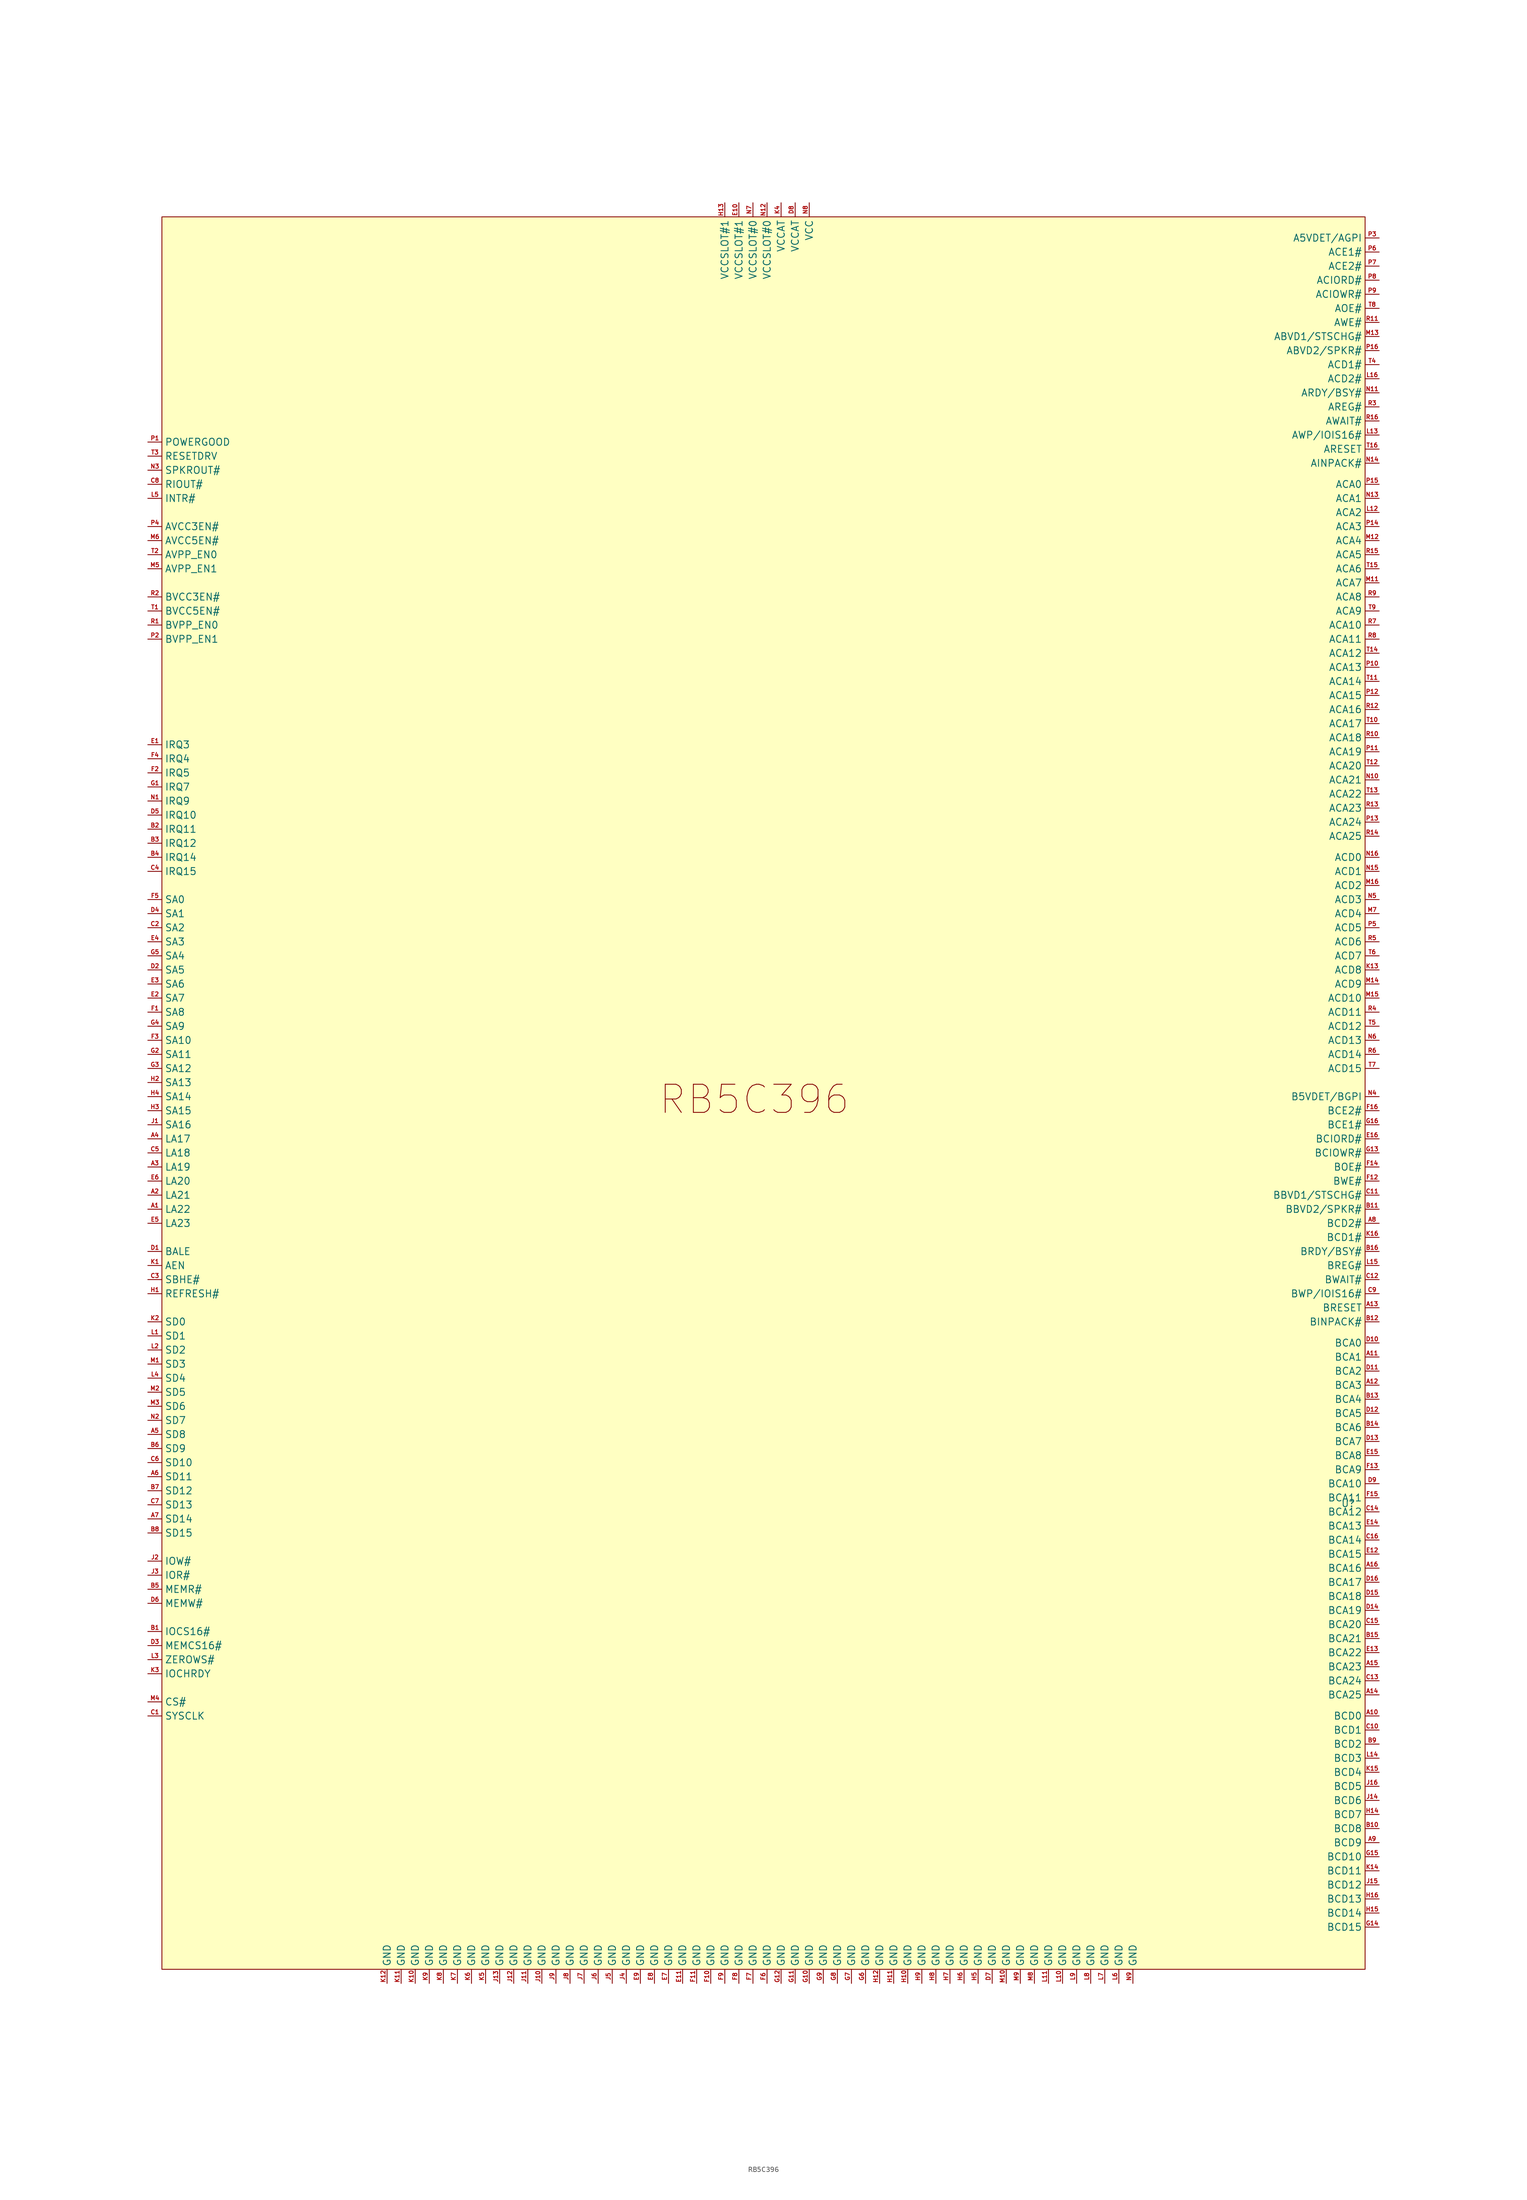
<source format=kicad_sym>
(kicad_symbol_lib
  (version 20241209)
  (generator "kicad_symbol_editor")
  (generator_version "9.0")
  (symbol "RB5C396"
    (property "Reference" "U"
      (at 106.172 -72.136 0)
      (effects (font (size 1.27 1.27))))
    (property "Value" ""
      (at 0 0 0)
      (effects (font (size 1.27 1.27))))
    (symbol "RB5C396_1_1"
      (rectangle (start -107.95 160.02) (end 109.22 -156.21) (stroke (width 0) (type solid)) (fill (type color) (color 255 255 194 1)))
      (text "RB5C396" (at -1.016 0.762 0) (effects (font (size 5.08 5.08))))
      (pin input line (at -110.49 119.38 0) (length 2.54) (name "POWERGOOD" (effects (font (size 1.27 1.27)))) (number "P1" (effects (font (size 0.762 0.762)))))
      (pin input line (at -110.49 116.84 0) (length 2.54) (name "RESETDRV" (effects (font (size 1.27 1.27)))) (number "T3" (effects (font (size 0.762 0.762)))))
      (pin output line (at -110.49 114.3 0) (length 2.54) (name "SPKROUT#" (effects (font (size 1.27 1.27)))) (number "N3" (effects (font (size 0.762 0.762)))))
      (pin output line (at -110.49 111.76 0) (length 2.54) (name "RIOUT#" (effects (font (size 1.27 1.27)))) (number "C8" (effects (font (size 0.762 0.762)))))
      (pin output line (at -110.49 109.22 0) (length 2.54) (name "INTR#" (effects (font (size 1.27 1.27)))) (number "L5" (effects (font (size 0.762 0.762)))))
      (pin output line (at -110.49 104.14 0) (length 2.54) (name "AVCC3EN#" (effects (font (size 1.27 1.27)))) (number "P4" (effects (font (size 0.762 0.762)))))
      (pin output line (at -110.49 101.6 0) (length 2.54) (name "AVCC5EN#" (effects (font (size 1.27 1.27)))) (number "M6" (effects (font (size 0.762 0.762)))))
      (pin output line (at -110.49 99.06 0) (length 2.54) (name "AVPP_EN0" (effects (font (size 1.27 1.27)))) (number "T2" (effects (font (size 0.762 0.762)))))
      (pin output line (at -110.49 96.52 0) (length 2.54) (name "AVPP_EN1" (effects (font (size 1.27 1.27)))) (number "M5" (effects (font (size 0.762 0.762)))))
      (pin output line (at -110.49 91.44 0) (length 2.54) (name "BVCC3EN#" (effects (font (size 1.27 1.27)))) (number "R2" (effects (font (size 0.762 0.762)))))
      (pin output line (at -110.49 88.9 0) (length 2.54) (name "BVCC5EN#" (effects (font (size 1.27 1.27)))) (number "T1" (effects (font (size 0.762 0.762)))))
      (pin output line (at -110.49 86.36 0) (length 2.54) (name "BVPP_EN0" (effects (font (size 1.27 1.27)))) (number "R1" (effects (font (size 0.762 0.762)))))
      (pin output line (at -110.49 83.82 0) (length 2.54) (name "BVPP_EN1" (effects (font (size 1.27 1.27)))) (number "P2" (effects (font (size 0.762 0.762)))))
      (pin output line (at -110.49 64.77 0) (length 2.54) (name "IRQ3" (effects (font (size 1.27 1.27)))) (number "E1" (effects (font (size 0.762 0.762)))))
      (pin output line (at -110.49 62.23 0) (length 2.54) (name "IRQ4" (effects (font (size 1.27 1.27)))) (number "F4" (effects (font (size 0.762 0.762)))))
      (pin output line (at -110.49 59.69 0) (length 2.54) (name "IRQ5" (effects (font (size 1.27 1.27)))) (number "F2" (effects (font (size 0.762 0.762)))))
      (pin output line (at -110.49 57.15 0) (length 2.54) (name "IRQ7" (effects (font (size 1.27 1.27)))) (number "G1" (effects (font (size 0.762 0.762)))))
      (pin output line (at -110.49 54.61 0) (length 2.54) (name "IRQ9" (effects (font (size 1.27 1.27)))) (number "N1" (effects (font (size 0.762 0.762)))))
      (pin output line (at -110.49 52.07 0) (length 2.54) (name "IRQ10" (effects (font (size 1.27 1.27)))) (number "D5" (effects (font (size 0.762 0.762)))))
      (pin output line (at -110.49 49.53 0) (length 2.54) (name "IRQ11" (effects (font (size 1.27 1.27)))) (number "B2" (effects (font (size 0.762 0.762)))))
      (pin output line (at -110.49 46.99 0) (length 2.54) (name "IRQ12" (effects (font (size 1.27 1.27)))) (number "B3" (effects (font (size 0.762 0.762)))))
      (pin output line (at -110.49 44.45 0) (length 2.54) (name "IRQ14" (effects (font (size 1.27 1.27)))) (number "B4" (effects (font (size 0.762 0.762)))))
      (pin output line (at -110.49 41.91 0) (length 2.54) (name "IRQ15" (effects (font (size 1.27 1.27)))) (number "C4" (effects (font (size 0.762 0.762)))))
      (pin input line (at -110.49 36.83 0) (length 2.54) (name "SA0" (effects (font (size 1.27 1.27)))) (number "F5" (effects (font (size 0.762 0.762)))))
      (pin input line (at -110.49 34.29 0) (length 2.54) (name "SA1" (effects (font (size 1.27 1.27)))) (number "D4" (effects (font (size 0.762 0.762)))))
      (pin input line (at -110.49 31.75 0) (length 2.54) (name "SA2" (effects (font (size 1.27 1.27)))) (number "C2" (effects (font (size 0.762 0.762)))))
      (pin input line (at -110.49 29.21 0) (length 2.54) (name "SA3" (effects (font (size 1.27 1.27)))) (number "E4" (effects (font (size 0.762 0.762)))))
      (pin input line (at -110.49 26.67 0) (length 2.54) (name "SA4" (effects (font (size 1.27 1.27)))) (number "G5" (effects (font (size 0.762 0.762)))))
      (pin input line (at -110.49 24.13 0) (length 2.54) (name "SA5" (effects (font (size 1.27 1.27)))) (number "D2" (effects (font (size 0.762 0.762)))))
      (pin input line (at -110.49 21.59 0) (length 2.54) (name "SA6" (effects (font (size 1.27 1.27)))) (number "E3" (effects (font (size 0.762 0.762)))))
      (pin input line (at -110.49 19.05 0) (length 2.54) (name "SA7" (effects (font (size 1.27 1.27)))) (number "E2" (effects (font (size 0.762 0.762)))))
      (pin input line (at -110.49 16.51 0) (length 2.54) (name "SA8" (effects (font (size 1.27 1.27)))) (number "F1" (effects (font (size 0.762 0.762)))))
      (pin input line (at -110.49 13.97 0) (length 2.54) (name "SA9" (effects (font (size 1.27 1.27)))) (number "G4" (effects (font (size 0.762 0.762)))))
      (pin input line (at -110.49 11.43 0) (length 2.54) (name "SA10" (effects (font (size 1.27 1.27)))) (number "F3" (effects (font (size 0.762 0.762)))))
      (pin input line (at -110.49 8.89 0) (length 2.54) (name "SA11" (effects (font (size 1.27 1.27)))) (number "G2" (effects (font (size 0.762 0.762)))))
      (pin input line (at -110.49 6.35 0) (length 2.54) (name "SA12" (effects (font (size 1.27 1.27)))) (number "G3" (effects (font (size 0.762 0.762)))))
      (pin input line (at -110.49 3.81 0) (length 2.54) (name "SA13" (effects (font (size 1.27 1.27)))) (number "H2" (effects (font (size 0.762 0.762)))))
      (pin input line (at -110.49 1.27 0) (length 2.54) (name "SA14" (effects (font (size 1.27 1.27)))) (number "H4" (effects (font (size 0.762 0.762)))))
      (pin input line (at -110.49 -1.27 0) (length 2.54) (name "SA15" (effects (font (size 1.27 1.27)))) (number "H3" (effects (font (size 0.762 0.762)))))
      (pin input line (at -110.49 -3.81 0) (length 2.54) (name "SA16" (effects (font (size 1.27 1.27)))) (number "J1" (effects (font (size 0.762 0.762)))))
      (pin input line (at -110.49 -6.35 0) (length 2.54) (name "LA17" (effects (font (size 1.27 1.27)))) (number "A4" (effects (font (size 0.762 0.762)))))
      (pin input line (at -110.49 -8.89 0) (length 2.54) (name "LA18" (effects (font (size 1.27 1.27)))) (number "C5" (effects (font (size 0.762 0.762)))))
      (pin input line (at -110.49 -11.43 0) (length 2.54) (name "LA19" (effects (font (size 1.27 1.27)))) (number "A3" (effects (font (size 0.762 0.762)))))
      (pin input line (at -110.49 -13.97 0) (length 2.54) (name "LA20" (effects (font (size 1.27 1.27)))) (number "E6" (effects (font (size 0.762 0.762)))))
      (pin input line (at -110.49 -16.51 0) (length 2.54) (name "LA21" (effects (font (size 1.27 1.27)))) (number "A2" (effects (font (size 0.762 0.762)))))
      (pin input line (at -110.49 -19.05 0) (length 2.54) (name "LA22" (effects (font (size 1.27 1.27)))) (number "A1" (effects (font (size 0.762 0.762)))))
      (pin input line (at -110.49 -21.59 0) (length 2.54) (name "LA23" (effects (font (size 1.27 1.27)))) (number "E5" (effects (font (size 0.762 0.762)))))
      (pin input line (at -110.49 -26.67 0) (length 2.54) (name "BALE" (effects (font (size 1.27 1.27)))) (number "D1" (effects (font (size 0.762 0.762)))))
      (pin input line (at -110.49 -29.21 0) (length 2.54) (name "AEN" (effects (font (size 1.27 1.27)))) (number "K1" (effects (font (size 0.762 0.762)))))
      (pin input line (at -110.49 -31.75 0) (length 2.54) (name "SBHE#" (effects (font (size 1.27 1.27)))) (number "C3" (effects (font (size 0.762 0.762)))))
      (pin input line (at -110.49 -34.29 0) (length 2.54) (name "REFRESH#" (effects (font (size 1.27 1.27)))) (number "H1" (effects (font (size 0.762 0.762)))))
      (pin bidirectional line (at -110.49 -39.37 0) (length 2.54) (name "SD0" (effects (font (size 1.27 1.27)))) (number "K2" (effects (font (size 0.762 0.762)))))
      (pin bidirectional line (at -110.49 -41.91 0) (length 2.54) (name "SD1" (effects (font (size 1.27 1.27)))) (number "L1" (effects (font (size 0.762 0.762)))))
      (pin bidirectional line (at -110.49 -44.45 0) (length 2.54) (name "SD2" (effects (font (size 1.27 1.27)))) (number "L2" (effects (font (size 0.762 0.762)))))
      (pin bidirectional line (at -110.49 -46.99 0) (length 2.54) (name "SD3" (effects (font (size 1.27 1.27)))) (number "M1" (effects (font (size 0.762 0.762)))))
      (pin bidirectional line (at -110.49 -49.53 0) (length 2.54) (name "SD4" (effects (font (size 1.27 1.27)))) (number "L4" (effects (font (size 0.762 0.762)))))
      (pin bidirectional line (at -110.49 -52.07 0) (length 2.54) (name "SD5" (effects (font (size 1.27 1.27)))) (number "M2" (effects (font (size 0.762 0.762)))))
      (pin bidirectional line (at -110.49 -54.61 0) (length 2.54) (name "SD6" (effects (font (size 1.27 1.27)))) (number "M3" (effects (font (size 0.762 0.762)))))
      (pin bidirectional line (at -110.49 -57.15 0) (length 2.54) (name "SD7" (effects (font (size 1.27 1.27)))) (number "N2" (effects (font (size 0.762 0.762)))))
      (pin bidirectional line (at -110.49 -59.69 0) (length 2.54) (name "SD8" (effects (font (size 1.27 1.27)))) (number "A5" (effects (font (size 0.762 0.762)))))
      (pin bidirectional line (at -110.49 -62.23 0) (length 2.54) (name "SD9" (effects (font (size 1.27 1.27)))) (number "B6" (effects (font (size 0.762 0.762)))))
      (pin bidirectional line (at -110.49 -64.77 0) (length 2.54) (name "SD10" (effects (font (size 1.27 1.27)))) (number "C6" (effects (font (size 0.762 0.762)))))
      (pin bidirectional line (at -110.49 -67.31 0) (length 2.54) (name "SD11" (effects (font (size 1.27 1.27)))) (number "A6" (effects (font (size 0.762 0.762)))))
      (pin bidirectional line (at -110.49 -69.85 0) (length 2.54) (name "SD12" (effects (font (size 1.27 1.27)))) (number "B7" (effects (font (size 0.762 0.762)))))
      (pin bidirectional line (at -110.49 -72.39 0) (length 2.54) (name "SD13" (effects (font (size 1.27 1.27)))) (number "C7" (effects (font (size 0.762 0.762)))))
      (pin bidirectional line (at -110.49 -74.93 0) (length 2.54) (name "SD14" (effects (font (size 1.27 1.27)))) (number "A7" (effects (font (size 0.762 0.762)))))
      (pin bidirectional line (at -110.49 -77.47 0) (length 2.54) (name "SD15" (effects (font (size 1.27 1.27)))) (number "B8" (effects (font (size 0.762 0.762)))))
      (pin input line (at -110.49 -82.55 0) (length 2.54) (name "IOW#" (effects (font (size 1.27 1.27)))) (number "J2" (effects (font (size 0.762 0.762)))))
      (pin input line (at -110.49 -85.09 0) (length 2.54) (name "IOR#" (effects (font (size 1.27 1.27)))) (number "J3" (effects (font (size 0.762 0.762)))))
      (pin input line (at -110.49 -87.63 0) (length 2.54) (name "MEMR#" (effects (font (size 1.27 1.27)))) (number "B5" (effects (font (size 0.762 0.762)))))
      (pin input line (at -110.49 -90.17 0) (length 2.54) (name "MEMW#" (effects (font (size 1.27 1.27)))) (number "D6" (effects (font (size 0.762 0.762)))))
      (pin output line (at -110.49 -95.25 0) (length 2.54) (name "IOCS16#" (effects (font (size 1.27 1.27)))) (number "B1" (effects (font (size 0.762 0.762)))))
      (pin output line (at -110.49 -97.79 0) (length 2.54) (name "MEMCS16#" (effects (font (size 1.27 1.27)))) (number "D3" (effects (font (size 0.762 0.762)))))
      (pin output line (at -110.49 -100.33 0) (length 2.54) (name "ZEROWS#" (effects (font (size 1.27 1.27)))) (number "L3" (effects (font (size 0.762 0.762)))))
      (pin output line (at -110.49 -102.87 0) (length 2.54) (name "IOCHRDY" (effects (font (size 1.27 1.27)))) (number "K3" (effects (font (size 0.762 0.762)))))
      (pin input line (at -110.49 -107.95 0) (length 2.54) (name "CS#" (effects (font (size 1.27 1.27)))) (number "M4" (effects (font (size 0.762 0.762)))))
      (pin input line (at -110.49 -110.49 0) (length 2.54) (name "SYSCLK" (effects (font (size 1.27 1.27)))) (number "C1" (effects (font (size 0.762 0.762)))))
      (pin power_in line (at -67.31 -158.75 90) (length 2.54) (name "GND" (effects (font (size 1.27 1.27)))) (number "K12" (effects (font (size 0.762 0.762)))))
      (pin power_in line (at -64.77 -158.75 90) (length 2.54) (name "GND" (effects (font (size 1.27 1.27)))) (number "K11" (effects (font (size 0.762 0.762)))))
      (pin power_in line (at -62.23 -158.75 90) (length 2.54) (name "GND" (effects (font (size 1.27 1.27)))) (number "K10" (effects (font (size 0.762 0.762)))))
      (pin power_in line (at -59.69 -158.75 90) (length 2.54) (name "GND" (effects (font (size 1.27 1.27)))) (number "K9" (effects (font (size 0.762 0.762)))))
      (pin power_in line (at -57.15 -158.75 90) (length 2.54) (name "GND" (effects (font (size 1.27 1.27)))) (number "K8" (effects (font (size 0.762 0.762)))))
      (pin power_in line (at -54.61 -158.75 90) (length 2.54) (name "GND" (effects (font (size 1.27 1.27)))) (number "K7" (effects (font (size 0.762 0.762)))))
      (pin power_in line (at -52.07 -158.75 90) (length 2.54) (name "GND" (effects (font (size 1.27 1.27)))) (number "K6" (effects (font (size 0.762 0.762)))))
      (pin power_in line (at -49.53 -158.75 90) (length 2.54) (name "GND" (effects (font (size 1.27 1.27)))) (number "K5" (effects (font (size 0.762 0.762)))))
      (pin power_in line (at -46.99 -158.75 90) (length 2.54) (name "GND" (effects (font (size 1.27 1.27)))) (number "J13" (effects (font (size 0.762 0.762)))))
      (pin power_in line (at -44.45 -158.75 90) (length 2.54) (name "GND" (effects (font (size 1.27 1.27)))) (number "J12" (effects (font (size 0.762 0.762)))))
      (pin power_in line (at -41.91 -158.75 90) (length 2.54) (name "GND" (effects (font (size 1.27 1.27)))) (number "J11" (effects (font (size 0.762 0.762)))))
      (pin power_in line (at -39.37 -158.75 90) (length 2.54) (name "GND" (effects (font (size 1.27 1.27)))) (number "J10" (effects (font (size 0.762 0.762)))))
      (pin power_in line (at -36.83 -158.75 90) (length 2.54) (name "GND" (effects (font (size 1.27 1.27)))) (number "J9" (effects (font (size 0.762 0.762)))))
      (pin power_in line (at -34.29 -158.75 90) (length 2.54) (name "GND" (effects (font (size 1.27 1.27)))) (number "J8" (effects (font (size 0.762 0.762)))))
      (pin power_in line (at -31.75 -158.75 90) (length 2.54) (name "GND" (effects (font (size 1.27 1.27)))) (number "J7" (effects (font (size 0.762 0.762)))))
      (pin power_in line (at -29.21 -158.75 90) (length 2.54) (name "GND" (effects (font (size 1.27 1.27)))) (number "J6" (effects (font (size 0.762 0.762)))))
      (pin power_in line (at -26.67 -158.75 90) (length 2.54) (name "GND" (effects (font (size 1.27 1.27)))) (number "J5" (effects (font (size 0.762 0.762)))))
      (pin power_in line (at -24.13 -158.75 90) (length 2.54) (name "GND" (effects (font (size 1.27 1.27)))) (number "J4" (effects (font (size 0.762 0.762)))))
      (pin power_in line (at -21.59 -158.75 90) (length 2.54) (name "GND" (effects (font (size 1.27 1.27)))) (number "E9" (effects (font (size 0.762 0.762)))))
      (pin power_in line (at -19.05 -158.75 90) (length 2.54) (name "GND" (effects (font (size 1.27 1.27)))) (number "E8" (effects (font (size 0.762 0.762)))))
      (pin power_in line (at -16.51 -158.75 90) (length 2.54) (name "GND" (effects (font (size 1.27 1.27)))) (number "E7" (effects (font (size 0.762 0.762)))))
      (pin power_in line (at -13.97 -158.75 90) (length 2.54) (name "GND" (effects (font (size 1.27 1.27)))) (number "E11" (effects (font (size 0.762 0.762)))))
      (pin power_in line (at -11.43 -158.75 90) (length 2.54) (name "GND" (effects (font (size 1.27 1.27)))) (number "F11" (effects (font (size 0.762 0.762)))))
      (pin power_in line (at -8.89 -158.75 90) (length 2.54) (name "GND" (effects (font (size 1.27 1.27)))) (number "F10" (effects (font (size 0.762 0.762)))))
      (pin power_in line (at -6.35 162.56 270) (length 2.54) (name "VCCSLOT#1" (effects (font (size 1.27 1.27)))) (number "H13" (effects (font (size 0.762 0.762)))))
      (pin power_in line (at -6.35 -158.75 90) (length 2.54) (name "GND" (effects (font (size 1.27 1.27)))) (number "F9" (effects (font (size 0.762 0.762)))))
      (pin power_in line (at -3.81 162.56 270) (length 2.54) (name "VCCSLOT#1" (effects (font (size 1.27 1.27)))) (number "E10" (effects (font (size 0.762 0.762)))))
      (pin power_in line (at -3.81 -158.75 90) (length 2.54) (name "GND" (effects (font (size 1.27 1.27)))) (number "F8" (effects (font (size 0.762 0.762)))))
      (pin power_in line (at -1.27 162.56 270) (length 2.54) (name "VCCSLOT#0" (effects (font (size 1.27 1.27)))) (number "N7" (effects (font (size 0.762 0.762)))))
      (pin power_in line (at -1.27 -158.75 90) (length 2.54) (name "GND" (effects (font (size 1.27 1.27)))) (number "F7" (effects (font (size 0.762 0.762)))))
      (pin power_in line (at 1.27 162.56 270) (length 2.54) (name "VCCSLOT#0" (effects (font (size 1.27 1.27)))) (number "N12" (effects (font (size 0.762 0.762)))))
      (pin power_in line (at 1.27 -158.75 90) (length 2.54) (name "GND" (effects (font (size 1.27 1.27)))) (number "F6" (effects (font (size 0.762 0.762)))))
      (pin power_in line (at 3.81 162.56 270) (length 2.54) (name "VCCAT" (effects (font (size 1.27 1.27)))) (number "K4" (effects (font (size 0.762 0.762)))))
      (pin power_in line (at 3.81 -158.75 90) (length 2.54) (name "GND" (effects (font (size 1.27 1.27)))) (number "G12" (effects (font (size 0.762 0.762)))))
      (pin power_in line (at 6.35 162.56 270) (length 2.54) (name "VCCAT" (effects (font (size 1.27 1.27)))) (number "D8" (effects (font (size 0.762 0.762)))))
      (pin power_in line (at 6.35 -158.75 90) (length 2.54) (name "GND" (effects (font (size 1.27 1.27)))) (number "G11" (effects (font (size 0.762 0.762)))))
      (pin power_in line (at 8.89 162.56 270) (length 2.54) (name "VCC" (effects (font (size 1.27 1.27)))) (number "N8" (effects (font (size 0.762 0.762)))))
      (pin power_in line (at 8.89 -158.75 90) (length 2.54) (name "GND" (effects (font (size 1.27 1.27)))) (number "G10" (effects (font (size 0.762 0.762)))))
      (pin power_in line (at 11.43 -158.75 90) (length 2.54) (name "GND" (effects (font (size 1.27 1.27)))) (number "G9" (effects (font (size 0.762 0.762)))))
      (pin power_in line (at 13.97 -158.75 90) (length 2.54) (name "GND" (effects (font (size 1.27 1.27)))) (number "G8" (effects (font (size 0.762 0.762)))))
      (pin power_in line (at 16.51 -158.75 90) (length 2.54) (name "GND" (effects (font (size 1.27 1.27)))) (number "G7" (effects (font (size 0.762 0.762)))))
      (pin power_in line (at 19.05 -158.75 90) (length 2.54) (name "GND" (effects (font (size 1.27 1.27)))) (number "G6" (effects (font (size 0.762 0.762)))))
      (pin power_in line (at 21.59 -158.75 90) (length 2.54) (name "GND" (effects (font (size 1.27 1.27)))) (number "H12" (effects (font (size 0.762 0.762)))))
      (pin power_in line (at 24.13 -158.75 90) (length 2.54) (name "GND" (effects (font (size 1.27 1.27)))) (number "H11" (effects (font (size 0.762 0.762)))))
      (pin power_in line (at 26.67 -158.75 90) (length 2.54) (name "GND" (effects (font (size 1.27 1.27)))) (number "H10" (effects (font (size 0.762 0.762)))))
      (pin power_in line (at 29.21 -158.75 90) (length 2.54) (name "GND" (effects (font (size 1.27 1.27)))) (number "H9" (effects (font (size 0.762 0.762)))))
      (pin power_in line (at 31.75 -158.75 90) (length 2.54) (name "GND" (effects (font (size 1.27 1.27)))) (number "H8" (effects (font (size 0.762 0.762)))))
      (pin power_in line (at 34.29 -158.75 90) (length 2.54) (name "GND" (effects (font (size 1.27 1.27)))) (number "H7" (effects (font (size 0.762 0.762)))))
      (pin power_in line (at 36.83 -158.75 90) (length 2.54) (name "GND" (effects (font (size 1.27 1.27)))) (number "H6" (effects (font (size 0.762 0.762)))))
      (pin power_in line (at 39.37 -158.75 90) (length 2.54) (name "GND" (effects (font (size 1.27 1.27)))) (number "H5" (effects (font (size 0.762 0.762)))))
      (pin power_in line (at 41.91 -158.75 90) (length 2.54) (name "GND" (effects (font (size 1.27 1.27)))) (number "D7" (effects (font (size 0.762 0.762)))))
      (pin power_in line (at 44.45 -158.75 90) (length 2.54) (name "GND" (effects (font (size 1.27 1.27)))) (number "M10" (effects (font (size 0.762 0.762)))))
      (pin power_in line (at 46.99 -158.75 90) (length 2.54) (name "GND" (effects (font (size 1.27 1.27)))) (number "M9" (effects (font (size 0.762 0.762)))))
      (pin power_in line (at 49.53 -158.75 90) (length 2.54) (name "GND" (effects (font (size 1.27 1.27)))) (number "M8" (effects (font (size 0.762 0.762)))))
      (pin power_in line (at 52.07 -158.75 90) (length 2.54) (name "GND" (effects (font (size 1.27 1.27)))) (number "L11" (effects (font (size 0.762 0.762)))))
      (pin power_in line (at 54.61 -158.75 90) (length 2.54) (name "GND" (effects (font (size 1.27 1.27)))) (number "L10" (effects (font (size 0.762 0.762)))))
      (pin power_in line (at 57.15 -158.75 90) (length 2.54) (name "GND" (effects (font (size 1.27 1.27)))) (number "L9" (effects (font (size 0.762 0.762)))))
      (pin power_in line (at 59.69 -158.75 90) (length 2.54) (name "GND" (effects (font (size 1.27 1.27)))) (number "L8" (effects (font (size 0.762 0.762)))))
      (pin power_in line (at 62.23 -158.75 90) (length 2.54) (name "GND" (effects (font (size 1.27 1.27)))) (number "L7" (effects (font (size 0.762 0.762)))))
      (pin power_in line (at 64.77 -158.75 90) (length 2.54) (name "GND" (effects (font (size 1.27 1.27)))) (number "L6" (effects (font (size 0.762 0.762)))))
      (pin power_in line (at 67.31 -158.75 90) (length 2.54) (name "GND" (effects (font (size 1.27 1.27)))) (number "N9" (effects (font (size 0.762 0.762)))))
      (pin input line (at 111.76 156.21 180) (length 2.54) (name "A5VDET/AGPI" (effects (font (size 1.27 1.27)))) (number "P3" (effects (font (size 0.762 0.762)))))
      (pin output line (at 111.76 153.67 180) (length 2.54) (name "ACE1#" (effects (font (size 1.27 1.27)))) (number "P6" (effects (font (size 0.762 0.762)))))
      (pin output line (at 111.76 151.13 180) (length 2.54) (name "ACE2#" (effects (font (size 1.27 1.27)))) (number "P7" (effects (font (size 0.762 0.762)))))
      (pin output line (at 111.76 148.59 180) (length 2.54) (name "ACIORD#" (effects (font (size 1.27 1.27)))) (number "P8" (effects (font (size 0.762 0.762)))))
      (pin output line (at 111.76 146.05 180) (length 2.54) (name "ACIOWR#" (effects (font (size 1.27 1.27)))) (number "P9" (effects (font (size 0.762 0.762)))))
      (pin output line (at 111.76 143.51 180) (length 2.54) (name "AOE#" (effects (font (size 1.27 1.27)))) (number "T8" (effects (font (size 0.762 0.762)))))
      (pin output line (at 111.76 140.97 180) (length 2.54) (name "AWE#" (effects (font (size 1.27 1.27)))) (number "R11" (effects (font (size 0.762 0.762)))))
      (pin input line (at 111.76 138.43 180) (length 2.54) (name "ABVD1/STSCHG#" (effects (font (size 1.27 1.27)))) (number "M13" (effects (font (size 0.762 0.762)))))
      (pin input line (at 111.76 135.89 180) (length 2.54) (name "ABVD2/SPKR#" (effects (font (size 1.27 1.27)))) (number "P16" (effects (font (size 0.762 0.762)))))
      (pin input line (at 111.76 133.35 180) (length 2.54) (name "ACD1#" (effects (font (size 1.27 1.27)))) (number "T4" (effects (font (size 0.762 0.762)))))
      (pin input line (at 111.76 130.81 180) (length 2.54) (name "ACD2#" (effects (font (size 1.27 1.27)))) (number "L16" (effects (font (size 0.762 0.762)))))
      (pin input line (at 111.76 128.27 180) (length 2.54) (name "ARDY/BSY#" (effects (font (size 1.27 1.27)))) (number "N11" (effects (font (size 0.762 0.762)))))
      (pin output line (at 111.76 125.73 180) (length 2.54) (name "AREG#" (effects (font (size 1.27 1.27)))) (number "R3" (effects (font (size 0.762 0.762)))))
      (pin input line (at 111.76 123.19 180) (length 2.54) (name "AWAIT#" (effects (font (size 1.27 1.27)))) (number "R16" (effects (font (size 0.762 0.762)))))
      (pin input line (at 111.76 120.65 180) (length 2.54) (name "AWP/IOIS16#" (effects (font (size 1.27 1.27)))) (number "L13" (effects (font (size 0.762 0.762)))))
      (pin output line (at 111.76 118.11 180) (length 2.54) (name "ARESET" (effects (font (size 1.27 1.27)))) (number "T16" (effects (font (size 0.762 0.762)))))
      (pin input line (at 111.76 115.57 180) (length 2.54) (name "AINPACK#" (effects (font (size 1.27 1.27)))) (number "N14" (effects (font (size 0.762 0.762)))))
      (pin output line (at 111.76 111.76 180) (length 2.54) (name "ACA0" (effects (font (size 1.27 1.27)))) (number "P15" (effects (font (size 0.762 0.762)))))
      (pin output line (at 111.76 109.22 180) (length 2.54) (name "ACA1" (effects (font (size 1.27 1.27)))) (number "N13" (effects (font (size 0.762 0.762)))))
      (pin output line (at 111.76 106.68 180) (length 2.54) (name "ACA2" (effects (font (size 1.27 1.27)))) (number "L12" (effects (font (size 0.762 0.762)))))
      (pin output line (at 111.76 104.14 180) (length 2.54) (name "ACA3" (effects (font (size 1.27 1.27)))) (number "P14" (effects (font (size 0.762 0.762)))))
      (pin output line (at 111.76 101.6 180) (length 2.54) (name "ACA4" (effects (font (size 1.27 1.27)))) (number "M12" (effects (font (size 0.762 0.762)))))
      (pin output line (at 111.76 99.06 180) (length 2.54) (name "ACA5" (effects (font (size 1.27 1.27)))) (number "R15" (effects (font (size 0.762 0.762)))))
      (pin output line (at 111.76 96.52 180) (length 2.54) (name "ACA6" (effects (font (size 1.27 1.27)))) (number "T15" (effects (font (size 0.762 0.762)))))
      (pin output line (at 111.76 93.98 180) (length 2.54) (name "ACA7" (effects (font (size 1.27 1.27)))) (number "M11" (effects (font (size 0.762 0.762)))))
      (pin output line (at 111.76 91.44 180) (length 2.54) (name "ACA8" (effects (font (size 1.27 1.27)))) (number "R9" (effects (font (size 0.762 0.762)))))
      (pin output line (at 111.76 88.9 180) (length 2.54) (name "ACA9" (effects (font (size 1.27 1.27)))) (number "T9" (effects (font (size 0.762 0.762)))))
      (pin output line (at 111.76 86.36 180) (length 2.54) (name "ACA10" (effects (font (size 1.27 1.27)))) (number "R7" (effects (font (size 0.762 0.762)))))
      (pin output line (at 111.76 83.82 180) (length 2.54) (name "ACA11" (effects (font (size 1.27 1.27)))) (number "R8" (effects (font (size 0.762 0.762)))))
      (pin output line (at 111.76 81.28 180) (length 2.54) (name "ACA12" (effects (font (size 1.27 1.27)))) (number "T14" (effects (font (size 0.762 0.762)))))
      (pin output line (at 111.76 78.74 180) (length 2.54) (name "ACA13" (effects (font (size 1.27 1.27)))) (number "P10" (effects (font (size 0.762 0.762)))))
      (pin output line (at 111.76 76.2 180) (length 2.54) (name "ACA14" (effects (font (size 1.27 1.27)))) (number "T11" (effects (font (size 0.762 0.762)))))
      (pin output line (at 111.76 73.66 180) (length 2.54) (name "ACA15" (effects (font (size 1.27 1.27)))) (number "P12" (effects (font (size 0.762 0.762)))))
      (pin output line (at 111.76 71.12 180) (length 2.54) (name "ACA16" (effects (font (size 1.27 1.27)))) (number "R12" (effects (font (size 0.762 0.762)))))
      (pin output line (at 111.76 68.58 180) (length 2.54) (name "ACA17" (effects (font (size 1.27 1.27)))) (number "T10" (effects (font (size 0.762 0.762)))))
      (pin output line (at 111.76 66.04 180) (length 2.54) (name "ACA18" (effects (font (size 1.27 1.27)))) (number "R10" (effects (font (size 0.762 0.762)))))
      (pin output line (at 111.76 63.5 180) (length 2.54) (name "ACA19" (effects (font (size 1.27 1.27)))) (number "P11" (effects (font (size 0.762 0.762)))))
      (pin output line (at 111.76 60.96 180) (length 2.54) (name "ACA20" (effects (font (size 1.27 1.27)))) (number "T12" (effects (font (size 0.762 0.762)))))
      (pin output line (at 111.76 58.42 180) (length 2.54) (name "ACA21" (effects (font (size 1.27 1.27)))) (number "N10" (effects (font (size 0.762 0.762)))))
      (pin output line (at 111.76 55.88 180) (length 2.54) (name "ACA22" (effects (font (size 1.27 1.27)))) (number "T13" (effects (font (size 0.762 0.762)))))
      (pin output line (at 111.76 53.34 180) (length 2.54) (name "ACA23" (effects (font (size 1.27 1.27)))) (number "R13" (effects (font (size 0.762 0.762)))))
      (pin output line (at 111.76 50.8 180) (length 2.54) (name "ACA24" (effects (font (size 1.27 1.27)))) (number "P13" (effects (font (size 0.762 0.762)))))
      (pin output line (at 111.76 48.26 180) (length 2.54) (name "ACA25" (effects (font (size 1.27 1.27)))) (number "R14" (effects (font (size 0.762 0.762)))))
      (pin bidirectional line (at 111.76 44.45 180) (length 2.54) (name "ACD0" (effects (font (size 1.27 1.27)))) (number "N16" (effects (font (size 0.762 0.762)))))
      (pin bidirectional line (at 111.76 41.91 180) (length 2.54) (name "ACD1" (effects (font (size 1.27 1.27)))) (number "N15" (effects (font (size 0.762 0.762)))))
      (pin bidirectional line (at 111.76 39.37 180) (length 2.54) (name "ACD2" (effects (font (size 1.27 1.27)))) (number "M16" (effects (font (size 0.762 0.762)))))
      (pin bidirectional line (at 111.76 36.83 180) (length 2.54) (name "ACD3" (effects (font (size 1.27 1.27)))) (number "N5" (effects (font (size 0.762 0.762)))))
      (pin bidirectional line (at 111.76 34.29 180) (length 2.54) (name "ACD4" (effects (font (size 1.27 1.27)))) (number "M7" (effects (font (size 0.762 0.762)))))
      (pin bidirectional line (at 111.76 31.75 180) (length 2.54) (name "ACD5" (effects (font (size 1.27 1.27)))) (number "P5" (effects (font (size 0.762 0.762)))))
      (pin bidirectional line (at 111.76 29.21 180) (length 2.54) (name "ACD6" (effects (font (size 1.27 1.27)))) (number "R5" (effects (font (size 0.762 0.762)))))
      (pin bidirectional line (at 111.76 26.67 180) (length 2.54) (name "ACD7" (effects (font (size 1.27 1.27)))) (number "T6" (effects (font (size 0.762 0.762)))))
      (pin bidirectional line (at 111.76 24.13 180) (length 2.54) (name "ACD8" (effects (font (size 1.27 1.27)))) (number "K13" (effects (font (size 0.762 0.762)))))
      (pin bidirectional line (at 111.76 21.59 180) (length 2.54) (name "ACD9" (effects (font (size 1.27 1.27)))) (number "M14" (effects (font (size 0.762 0.762)))))
      (pin bidirectional line (at 111.76 19.05 180) (length 2.54) (name "ACD10" (effects (font (size 1.27 1.27)))) (number "M15" (effects (font (size 0.762 0.762)))))
      (pin bidirectional line (at 111.76 16.51 180) (length 2.54) (name "ACD11" (effects (font (size 1.27 1.27)))) (number "R4" (effects (font (size 0.762 0.762)))))
      (pin bidirectional line (at 111.76 13.97 180) (length 2.54) (name "ACD12" (effects (font (size 1.27 1.27)))) (number "T5" (effects (font (size 0.762 0.762)))))
      (pin bidirectional line (at 111.76 11.43 180) (length 2.54) (name "ACD13" (effects (font (size 1.27 1.27)))) (number "N6" (effects (font (size 0.762 0.762)))))
      (pin bidirectional line (at 111.76 8.89 180) (length 2.54) (name "ACD14" (effects (font (size 1.27 1.27)))) (number "R6" (effects (font (size 0.762 0.762)))))
      (pin bidirectional line (at 111.76 6.35 180) (length 2.54) (name "ACD15" (effects (font (size 1.27 1.27)))) (number "T7" (effects (font (size 0.762 0.762)))))
      (pin input line (at 111.76 1.27 180) (length 2.54) (name "B5VDET/BGPI" (effects (font (size 1.27 1.27)))) (number "N4" (effects (font (size 0.762 0.762)))))
      (pin output line (at 111.76 -1.27 180) (length 2.54) (name "BCE2#" (effects (font (size 1.27 1.27)))) (number "F16" (effects (font (size 0.762 0.762)))))
      (pin output line (at 111.76 -3.81 180) (length 2.54) (name "BCE1#" (effects (font (size 1.27 1.27)))) (number "G16" (effects (font (size 0.762 0.762)))))
      (pin output line (at 111.76 -6.35 180) (length 2.54) (name "BCIORD#" (effects (font (size 1.27 1.27)))) (number "E16" (effects (font (size 0.762 0.762)))))
      (pin output line (at 111.76 -8.89 180) (length 2.54) (name "BCIOWR#" (effects (font (size 1.27 1.27)))) (number "G13" (effects (font (size 0.762 0.762)))))
      (pin output line (at 111.76 -11.43 180) (length 2.54) (name "BOE#" (effects (font (size 1.27 1.27)))) (number "F14" (effects (font (size 0.762 0.762)))))
      (pin output line (at 111.76 -13.97 180) (length 2.54) (name "BWE#" (effects (font (size 1.27 1.27)))) (number "F12" (effects (font (size 0.762 0.762)))))
      (pin input line (at 111.76 -16.51 180) (length 2.54) (name "BBVD1/STSCHG#" (effects (font (size 1.27 1.27)))) (number "C11" (effects (font (size 0.762 0.762)))))
      (pin input line (at 111.76 -19.05 180) (length 2.54) (name "BBVD2/SPKR#" (effects (font (size 1.27 1.27)))) (number "B11" (effects (font (size 0.762 0.762)))))
      (pin input line (at 111.76 -21.59 180) (length 2.54) (name "BCD2#" (effects (font (size 1.27 1.27)))) (number "A8" (effects (font (size 0.762 0.762)))))
      (pin input line (at 111.76 -24.13 180) (length 2.54) (name "BCD1#" (effects (font (size 1.27 1.27)))) (number "K16" (effects (font (size 0.762 0.762)))))
      (pin input line (at 111.76 -26.67 180) (length 2.54) (name "BRDY/BSY#" (effects (font (size 1.27 1.27)))) (number "B16" (effects (font (size 0.762 0.762)))))
      (pin output line (at 111.76 -29.21 180) (length 2.54) (name "BREG#" (effects (font (size 1.27 1.27)))) (number "L15" (effects (font (size 0.762 0.762)))))
      (pin input line (at 111.76 -31.75 180) (length 2.54) (name "BWAIT#" (effects (font (size 1.27 1.27)))) (number "C12" (effects (font (size 0.762 0.762)))))
      (pin input line (at 111.76 -34.29 180) (length 2.54) (name "BWP/IOIS16#" (effects (font (size 1.27 1.27)))) (number "C9" (effects (font (size 0.762 0.762)))))
      (pin output line (at 111.76 -36.83 180) (length 2.54) (name "BRESET" (effects (font (size 1.27 1.27)))) (number "A13" (effects (font (size 0.762 0.762)))))
      (pin input line (at 111.76 -39.37 180) (length 2.54) (name "BINPACK#" (effects (font (size 1.27 1.27)))) (number "B12" (effects (font (size 0.762 0.762)))))
      (pin bidirectional line (at 111.76 -43.18 180) (length 2.54) (name "BCA0" (effects (font (size 1.27 1.27)))) (number "D10" (effects (font (size 0.762 0.762)))))
      (pin bidirectional line (at 111.76 -45.72 180) (length 2.54) (name "BCA1" (effects (font (size 1.27 1.27)))) (number "A11" (effects (font (size 0.762 0.762)))))
      (pin bidirectional line (at 111.76 -48.26 180) (length 2.54) (name "BCA2" (effects (font (size 1.27 1.27)))) (number "D11" (effects (font (size 0.762 0.762)))))
      (pin bidirectional line (at 111.76 -50.8 180) (length 2.54) (name "BCA3" (effects (font (size 1.27 1.27)))) (number "A12" (effects (font (size 0.762 0.762)))))
      (pin bidirectional line (at 111.76 -53.34 180) (length 2.54) (name "BCA4" (effects (font (size 1.27 1.27)))) (number "B13" (effects (font (size 0.762 0.762)))))
      (pin bidirectional line (at 111.76 -55.88 180) (length 2.54) (name "BCA5" (effects (font (size 1.27 1.27)))) (number "D12" (effects (font (size 0.762 0.762)))))
      (pin bidirectional line (at 111.76 -58.42 180) (length 2.54) (name "BCA6" (effects (font (size 1.27 1.27)))) (number "B14" (effects (font (size 0.762 0.762)))))
      (pin bidirectional line (at 111.76 -60.96 180) (length 2.54) (name "BCA7" (effects (font (size 1.27 1.27)))) (number "D13" (effects (font (size 0.762 0.762)))))
      (pin bidirectional line (at 111.76 -63.5 180) (length 2.54) (name "BCA8" (effects (font (size 1.27 1.27)))) (number "E15" (effects (font (size 0.762 0.762)))))
      (pin bidirectional line (at 111.76 -66.04 180) (length 2.54) (name "BCA9" (effects (font (size 1.27 1.27)))) (number "F13" (effects (font (size 0.762 0.762)))))
      (pin bidirectional line (at 111.76 -68.58 180) (length 2.54) (name "BCA10" (effects (font (size 1.27 1.27)))) (number "D9" (effects (font (size 0.762 0.762)))))
      (pin bidirectional line (at 111.76 -71.12 180) (length 2.54) (name "BCA11" (effects (font (size 1.27 1.27)))) (number "F15" (effects (font (size 0.762 0.762)))))
      (pin bidirectional line (at 111.76 -73.66 180) (length 2.54) (name "BCA12" (effects (font (size 1.27 1.27)))) (number "C14" (effects (font (size 0.762 0.762)))))
      (pin bidirectional line (at 111.76 -76.2 180) (length 2.54) (name "BCA13" (effects (font (size 1.27 1.27)))) (number "E14" (effects (font (size 0.762 0.762)))))
      (pin bidirectional line (at 111.76 -78.74 180) (length 2.54) (name "BCA14" (effects (font (size 1.27 1.27)))) (number "C16" (effects (font (size 0.762 0.762)))))
      (pin bidirectional line (at 111.76 -81.28 180) (length 2.54) (name "BCA15" (effects (font (size 1.27 1.27)))) (number "E12" (effects (font (size 0.762 0.762)))))
      (pin bidirectional line (at 111.76 -83.82 180) (length 2.54) (name "BCA16" (effects (font (size 1.27 1.27)))) (number "A16" (effects (font (size 0.762 0.762)))))
      (pin bidirectional line (at 111.76 -86.36 180) (length 2.54) (name "BCA17" (effects (font (size 1.27 1.27)))) (number "D16" (effects (font (size 0.762 0.762)))))
      (pin bidirectional line (at 111.76 -88.9 180) (length 2.54) (name "BCA18" (effects (font (size 1.27 1.27)))) (number "D15" (effects (font (size 0.762 0.762)))))
      (pin bidirectional line (at 111.76 -91.44 180) (length 2.54) (name "BCA19" (effects (font (size 1.27 1.27)))) (number "D14" (effects (font (size 0.762 0.762)))))
      (pin bidirectional line (at 111.76 -93.98 180) (length 2.54) (name "BCA20" (effects (font (size 1.27 1.27)))) (number "C15" (effects (font (size 0.762 0.762)))))
      (pin bidirectional line (at 111.76 -96.52 180) (length 2.54) (name "BCA21" (effects (font (size 1.27 1.27)))) (number "B15" (effects (font (size 0.762 0.762)))))
      (pin bidirectional line (at 111.76 -99.06 180) (length 2.54) (name "BCA22" (effects (font (size 1.27 1.27)))) (number "E13" (effects (font (size 0.762 0.762)))))
      (pin bidirectional line (at 111.76 -101.6 180) (length 2.54) (name "BCA23" (effects (font (size 1.27 1.27)))) (number "A15" (effects (font (size 0.762 0.762)))))
      (pin bidirectional line (at 111.76 -104.14 180) (length 2.54) (name "BCA24" (effects (font (size 1.27 1.27)))) (number "C13" (effects (font (size 0.762 0.762)))))
      (pin bidirectional line (at 111.76 -106.68 180) (length 2.54) (name "BCA25" (effects (font (size 1.27 1.27)))) (number "A14" (effects (font (size 0.762 0.762)))))
      (pin bidirectional line (at 111.76 -110.49 180) (length 2.54) (name "BCD0" (effects (font (size 1.27 1.27)))) (number "A10" (effects (font (size 0.762 0.762)))))
      (pin bidirectional line (at 111.76 -113.03 180) (length 2.54) (name "BCD1" (effects (font (size 1.27 1.27)))) (number "C10" (effects (font (size 0.762 0.762)))))
      (pin bidirectional line (at 111.76 -115.57 180) (length 2.54) (name "BCD2" (effects (font (size 1.27 1.27)))) (number "B9" (effects (font (size 0.762 0.762)))))
      (pin bidirectional line (at 111.76 -118.11 180) (length 2.54) (name "BCD3" (effects (font (size 1.27 1.27)))) (number "L14" (effects (font (size 0.762 0.762)))))
      (pin bidirectional line (at 111.76 -120.65 180) (length 2.54) (name "BCD4" (effects (font (size 1.27 1.27)))) (number "K15" (effects (font (size 0.762 0.762)))))
      (pin bidirectional line (at 111.76 -123.19 180) (length 2.54) (name "BCD5" (effects (font (size 1.27 1.27)))) (number "J16" (effects (font (size 0.762 0.762)))))
      (pin bidirectional line (at 111.76 -125.73 180) (length 2.54) (name "BCD6" (effects (font (size 1.27 1.27)))) (number "J14" (effects (font (size 0.762 0.762)))))
      (pin bidirectional line (at 111.76 -128.27 180) (length 2.54) (name "BCD7" (effects (font (size 1.27 1.27)))) (number "H14" (effects (font (size 0.762 0.762)))))
      (pin bidirectional line (at 111.76 -130.81 180) (length 2.54) (name "BCD8" (effects (font (size 1.27 1.27)))) (number "B10" (effects (font (size 0.762 0.762)))))
      (pin bidirectional line (at 111.76 -133.35 180) (length 2.54) (name "BCD9" (effects (font (size 1.27 1.27)))) (number "A9" (effects (font (size 0.762 0.762)))))
      (pin bidirectional line (at 111.76 -135.89 180) (length 2.54) (name "BCD10" (effects (font (size 1.27 1.27)))) (number "G15" (effects (font (size 0.762 0.762)))))
      (pin bidirectional line (at 111.76 -138.43 180) (length 2.54) (name "BCD11" (effects (font (size 1.27 1.27)))) (number "K14" (effects (font (size 0.762 0.762)))))
      (pin bidirectional line (at 111.76 -140.97 180) (length 2.54) (name "BCD12" (effects (font (size 1.27 1.27)))) (number "J15" (effects (font (size 0.762 0.762)))))
      (pin bidirectional line (at 111.76 -143.51 180) (length 2.54) (name "BCD13" (effects (font (size 1.27 1.27)))) (number "H16" (effects (font (size 0.762 0.762)))))
      (pin bidirectional line (at 111.76 -146.05 180) (length 2.54) (name "BCD14" (effects (font (size 1.27 1.27)))) (number "H15" (effects (font (size 0.762 0.762)))))
      (pin bidirectional line (at 111.76 -148.59 180) (length 2.54) (name "BCD15" (effects (font (size 1.27 1.27)))) (number "G14" (effects (font (size 0.762 0.762))))))))
</source>
